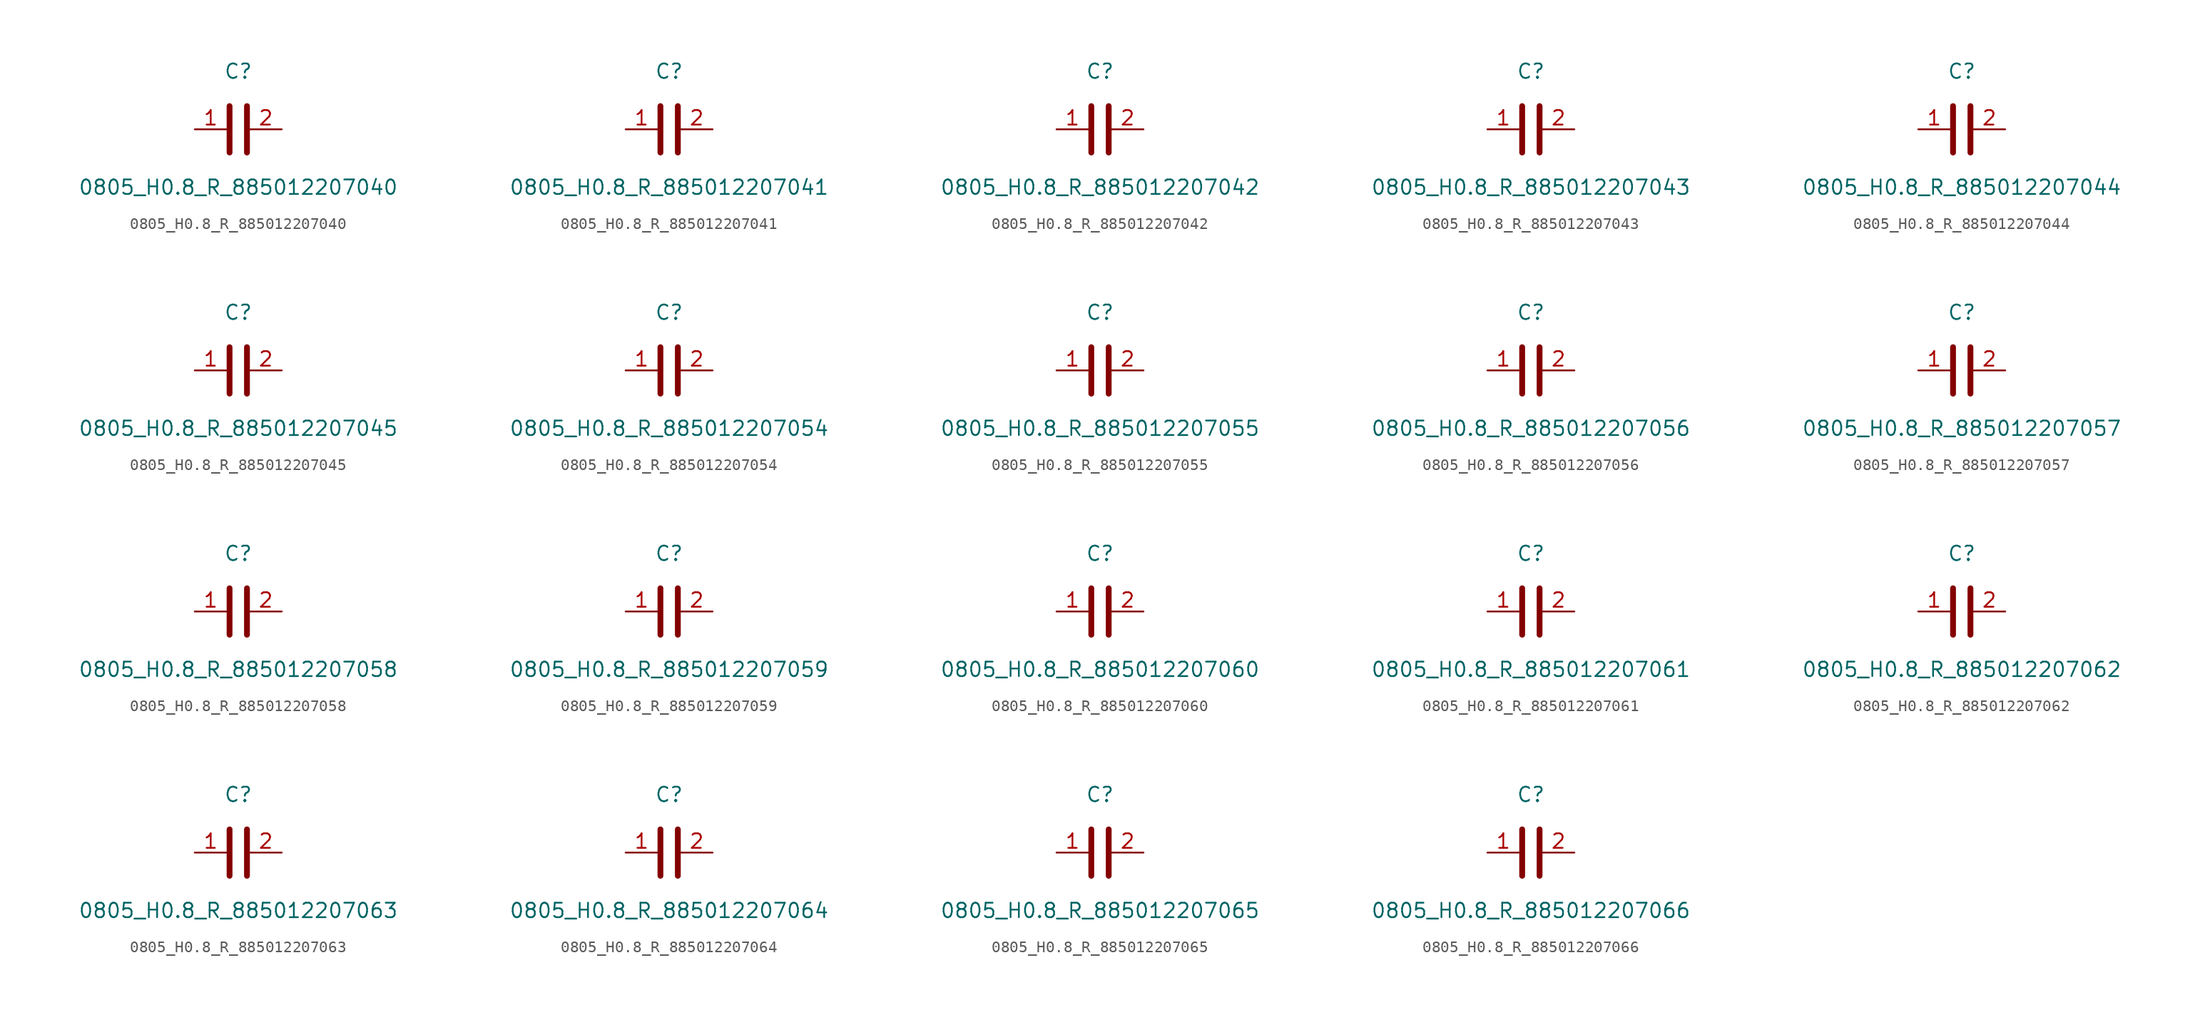
<source format=kicad_sym>
(kicad_symbol_lib
  (version 20220914)
  (generator kicad_symbol_editor)
  (symbol "0805_H0.8_R_885012207040"
    (pin_names hide)
    (property "Reference" "C"
      (at 0 5.08 0)
      (effects (font (size 1.27 1.27))))
    (property "Value" "0805_H0.8_R_885012207040"
      (at 0 -5.08 0)
      (effects (font (size 1.27 1.27))))
    (symbol "0805_H0.8_R_885012207040_0_1"
      (polyline (pts (xy -0.762 -2.032) (xy -0.762 2.032)) (stroke (width 0.508) (type default)) (fill (type none)))
      (polyline (pts (xy 0.762 -2.032) (xy 0.762 2.032)) (stroke (width 0.508) (type default)) (fill (type none))))
    (symbol "0805_H0.8_R_885012207040_1_1"
      (pin passive line (at -3.81 0 0) (length 2.794) (name "1" (effects (font (size 1.27 1.27)))) (number "1" (effects (font (size 1.27 1.27)))))
      (pin passive line (at 3.81 0 180) (length 2.794) (name "2" (effects (font (size 1.27 1.27)))) (number "2" (effects (font (size 1.27 1.27)))))))
  (symbol "0805_H0.8_R_885012207041"
    (pin_names hide)
    (property "Reference" "C"
      (at 0 5.08 0)
      (effects (font (size 1.27 1.27))))
    (property "Value" "0805_H0.8_R_885012207041"
      (at 0 -5.08 0)
      (effects (font (size 1.27 1.27))))
    (symbol "0805_H0.8_R_885012207041_0_1"
      (polyline (pts (xy -0.762 -2.032) (xy -0.762 2.032)) (stroke (width 0.508) (type default)) (fill (type none)))
      (polyline (pts (xy 0.762 -2.032) (xy 0.762 2.032)) (stroke (width 0.508) (type default)) (fill (type none))))
    (symbol "0805_H0.8_R_885012207041_1_1"
      (pin passive line (at -3.81 0 0) (length 2.794) (name "1" (effects (font (size 1.27 1.27)))) (number "1" (effects (font (size 1.27 1.27)))))
      (pin passive line (at 3.81 0 180) (length 2.794) (name "2" (effects (font (size 1.27 1.27)))) (number "2" (effects (font (size 1.27 1.27)))))))
  (symbol "0805_H0.8_R_885012207042"
    (pin_names hide)
    (property "Reference" "C"
      (at 0 5.08 0)
      (effects (font (size 1.27 1.27))))
    (property "Value" "0805_H0.8_R_885012207042"
      (at 0 -5.08 0)
      (effects (font (size 1.27 1.27))))
    (symbol "0805_H0.8_R_885012207042_0_1"
      (polyline (pts (xy -0.762 -2.032) (xy -0.762 2.032)) (stroke (width 0.508) (type default)) (fill (type none)))
      (polyline (pts (xy 0.762 -2.032) (xy 0.762 2.032)) (stroke (width 0.508) (type default)) (fill (type none))))
    (symbol "0805_H0.8_R_885012207042_1_1"
      (pin passive line (at -3.81 0 0) (length 2.794) (name "1" (effects (font (size 1.27 1.27)))) (number "1" (effects (font (size 1.27 1.27)))))
      (pin passive line (at 3.81 0 180) (length 2.794) (name "2" (effects (font (size 1.27 1.27)))) (number "2" (effects (font (size 1.27 1.27)))))))
  (symbol "0805_H0.8_R_885012207043"
    (pin_names hide)
    (property "Reference" "C"
      (at 0 5.08 0)
      (effects (font (size 1.27 1.27))))
    (property "Value" "0805_H0.8_R_885012207043"
      (at 0 -5.08 0)
      (effects (font (size 1.27 1.27))))
    (symbol "0805_H0.8_R_885012207043_0_1"
      (polyline (pts (xy -0.762 -2.032) (xy -0.762 2.032)) (stroke (width 0.508) (type default)) (fill (type none)))
      (polyline (pts (xy 0.762 -2.032) (xy 0.762 2.032)) (stroke (width 0.508) (type default)) (fill (type none))))
    (symbol "0805_H0.8_R_885012207043_1_1"
      (pin passive line (at -3.81 0 0) (length 2.794) (name "1" (effects (font (size 1.27 1.27)))) (number "1" (effects (font (size 1.27 1.27)))))
      (pin passive line (at 3.81 0 180) (length 2.794) (name "2" (effects (font (size 1.27 1.27)))) (number "2" (effects (font (size 1.27 1.27)))))))
  (symbol "0805_H0.8_R_885012207044"
    (pin_names hide)
    (property "Reference" "C"
      (at 0 5.08 0)
      (effects (font (size 1.27 1.27))))
    (property "Value" "0805_H0.8_R_885012207044"
      (at 0 -5.08 0)
      (effects (font (size 1.27 1.27))))
    (symbol "0805_H0.8_R_885012207044_0_1"
      (polyline (pts (xy -0.762 -2.032) (xy -0.762 2.032)) (stroke (width 0.508) (type default)) (fill (type none)))
      (polyline (pts (xy 0.762 -2.032) (xy 0.762 2.032)) (stroke (width 0.508) (type default)) (fill (type none))))
    (symbol "0805_H0.8_R_885012207044_1_1"
      (pin passive line (at -3.81 0 0) (length 2.794) (name "1" (effects (font (size 1.27 1.27)))) (number "1" (effects (font (size 1.27 1.27)))))
      (pin passive line (at 3.81 0 180) (length 2.794) (name "2" (effects (font (size 1.27 1.27)))) (number "2" (effects (font (size 1.27 1.27)))))))
  (symbol "0805_H0.8_R_885012207045"
    (pin_names hide)
    (property "Reference" "C"
      (at 0 5.08 0)
      (effects (font (size 1.27 1.27))))
    (property "Value" "0805_H0.8_R_885012207045"
      (at 0 -5.08 0)
      (effects (font (size 1.27 1.27))))
    (symbol "0805_H0.8_R_885012207045_0_1"
      (polyline (pts (xy -0.762 -2.032) (xy -0.762 2.032)) (stroke (width 0.508) (type default)) (fill (type none)))
      (polyline (pts (xy 0.762 -2.032) (xy 0.762 2.032)) (stroke (width 0.508) (type default)) (fill (type none))))
    (symbol "0805_H0.8_R_885012207045_1_1"
      (pin passive line (at -3.81 0 0) (length 2.794) (name "1" (effects (font (size 1.27 1.27)))) (number "1" (effects (font (size 1.27 1.27)))))
      (pin passive line (at 3.81 0 180) (length 2.794) (name "2" (effects (font (size 1.27 1.27)))) (number "2" (effects (font (size 1.27 1.27)))))))
  (symbol "0805_H0.8_R_885012207054"
    (pin_names hide)
    (property "Reference" "C"
      (at 0 5.08 0)
      (effects (font (size 1.27 1.27))))
    (property "Value" "0805_H0.8_R_885012207054"
      (at 0 -5.08 0)
      (effects (font (size 1.27 1.27))))
    (symbol "0805_H0.8_R_885012207054_0_1"
      (polyline (pts (xy -0.762 -2.032) (xy -0.762 2.032)) (stroke (width 0.508) (type default)) (fill (type none)))
      (polyline (pts (xy 0.762 -2.032) (xy 0.762 2.032)) (stroke (width 0.508) (type default)) (fill (type none))))
    (symbol "0805_H0.8_R_885012207054_1_1"
      (pin passive line (at -3.81 0 0) (length 2.794) (name "1" (effects (font (size 1.27 1.27)))) (number "1" (effects (font (size 1.27 1.27)))))
      (pin passive line (at 3.81 0 180) (length 2.794) (name "2" (effects (font (size 1.27 1.27)))) (number "2" (effects (font (size 1.27 1.27)))))))
  (symbol "0805_H0.8_R_885012207055"
    (pin_names hide)
    (property "Reference" "C"
      (at 0 5.08 0)
      (effects (font (size 1.27 1.27))))
    (property "Value" "0805_H0.8_R_885012207055"
      (at 0 -5.08 0)
      (effects (font (size 1.27 1.27))))
    (symbol "0805_H0.8_R_885012207055_0_1"
      (polyline (pts (xy -0.762 -2.032) (xy -0.762 2.032)) (stroke (width 0.508) (type default)) (fill (type none)))
      (polyline (pts (xy 0.762 -2.032) (xy 0.762 2.032)) (stroke (width 0.508) (type default)) (fill (type none))))
    (symbol "0805_H0.8_R_885012207055_1_1"
      (pin passive line (at -3.81 0 0) (length 2.794) (name "1" (effects (font (size 1.27 1.27)))) (number "1" (effects (font (size 1.27 1.27)))))
      (pin passive line (at 3.81 0 180) (length 2.794) (name "2" (effects (font (size 1.27 1.27)))) (number "2" (effects (font (size 1.27 1.27)))))))
  (symbol "0805_H0.8_R_885012207056"
    (pin_names hide)
    (property "Reference" "C"
      (at 0 5.08 0)
      (effects (font (size 1.27 1.27))))
    (property "Value" "0805_H0.8_R_885012207056"
      (at 0 -5.08 0)
      (effects (font (size 1.27 1.27))))
    (symbol "0805_H0.8_R_885012207056_0_1"
      (polyline (pts (xy -0.762 -2.032) (xy -0.762 2.032)) (stroke (width 0.508) (type default)) (fill (type none)))
      (polyline (pts (xy 0.762 -2.032) (xy 0.762 2.032)) (stroke (width 0.508) (type default)) (fill (type none))))
    (symbol "0805_H0.8_R_885012207056_1_1"
      (pin passive line (at -3.81 0 0) (length 2.794) (name "1" (effects (font (size 1.27 1.27)))) (number "1" (effects (font (size 1.27 1.27)))))
      (pin passive line (at 3.81 0 180) (length 2.794) (name "2" (effects (font (size 1.27 1.27)))) (number "2" (effects (font (size 1.27 1.27)))))))
  (symbol "0805_H0.8_R_885012207057"
    (pin_names hide)
    (property "Reference" "C"
      (at 0 5.08 0)
      (effects (font (size 1.27 1.27))))
    (property "Value" "0805_H0.8_R_885012207057"
      (at 0 -5.08 0)
      (effects (font (size 1.27 1.27))))
    (symbol "0805_H0.8_R_885012207057_0_1"
      (polyline (pts (xy -0.762 -2.032) (xy -0.762 2.032)) (stroke (width 0.508) (type default)) (fill (type none)))
      (polyline (pts (xy 0.762 -2.032) (xy 0.762 2.032)) (stroke (width 0.508) (type default)) (fill (type none))))
    (symbol "0805_H0.8_R_885012207057_1_1"
      (pin passive line (at -3.81 0 0) (length 2.794) (name "1" (effects (font (size 1.27 1.27)))) (number "1" (effects (font (size 1.27 1.27)))))
      (pin passive line (at 3.81 0 180) (length 2.794) (name "2" (effects (font (size 1.27 1.27)))) (number "2" (effects (font (size 1.27 1.27)))))))
  (symbol "0805_H0.8_R_885012207058"
    (pin_names hide)
    (property "Reference" "C"
      (at 0 5.08 0)
      (effects (font (size 1.27 1.27))))
    (property "Value" "0805_H0.8_R_885012207058"
      (at 0 -5.08 0)
      (effects (font (size 1.27 1.27))))
    (symbol "0805_H0.8_R_885012207058_0_1"
      (polyline (pts (xy -0.762 -2.032) (xy -0.762 2.032)) (stroke (width 0.508) (type default)) (fill (type none)))
      (polyline (pts (xy 0.762 -2.032) (xy 0.762 2.032)) (stroke (width 0.508) (type default)) (fill (type none))))
    (symbol "0805_H0.8_R_885012207058_1_1"
      (pin passive line (at -3.81 0 0) (length 2.794) (name "1" (effects (font (size 1.27 1.27)))) (number "1" (effects (font (size 1.27 1.27)))))
      (pin passive line (at 3.81 0 180) (length 2.794) (name "2" (effects (font (size 1.27 1.27)))) (number "2" (effects (font (size 1.27 1.27)))))))
  (symbol "0805_H0.8_R_885012207059"
    (pin_names hide)
    (property "Reference" "C"
      (at 0 5.08 0)
      (effects (font (size 1.27 1.27))))
    (property "Value" "0805_H0.8_R_885012207059"
      (at 0 -5.08 0)
      (effects (font (size 1.27 1.27))))
    (symbol "0805_H0.8_R_885012207059_0_1"
      (polyline (pts (xy -0.762 -2.032) (xy -0.762 2.032)) (stroke (width 0.508) (type default)) (fill (type none)))
      (polyline (pts (xy 0.762 -2.032) (xy 0.762 2.032)) (stroke (width 0.508) (type default)) (fill (type none))))
    (symbol "0805_H0.8_R_885012207059_1_1"
      (pin passive line (at -3.81 0 0) (length 2.794) (name "1" (effects (font (size 1.27 1.27)))) (number "1" (effects (font (size 1.27 1.27)))))
      (pin passive line (at 3.81 0 180) (length 2.794) (name "2" (effects (font (size 1.27 1.27)))) (number "2" (effects (font (size 1.27 1.27)))))))
  (symbol "0805_H0.8_R_885012207060"
    (pin_names hide)
    (property "Reference" "C"
      (at 0 5.08 0)
      (effects (font (size 1.27 1.27))))
    (property "Value" "0805_H0.8_R_885012207060"
      (at 0 -5.08 0)
      (effects (font (size 1.27 1.27))))
    (symbol "0805_H0.8_R_885012207060_0_1"
      (polyline (pts (xy -0.762 -2.032) (xy -0.762 2.032)) (stroke (width 0.508) (type default)) (fill (type none)))
      (polyline (pts (xy 0.762 -2.032) (xy 0.762 2.032)) (stroke (width 0.508) (type default)) (fill (type none))))
    (symbol "0805_H0.8_R_885012207060_1_1"
      (pin passive line (at -3.81 0 0) (length 2.794) (name "1" (effects (font (size 1.27 1.27)))) (number "1" (effects (font (size 1.27 1.27)))))
      (pin passive line (at 3.81 0 180) (length 2.794) (name "2" (effects (font (size 1.27 1.27)))) (number "2" (effects (font (size 1.27 1.27)))))))
  (symbol "0805_H0.8_R_885012207061"
    (pin_names hide)
    (property "Reference" "C"
      (at 0 5.08 0)
      (effects (font (size 1.27 1.27))))
    (property "Value" "0805_H0.8_R_885012207061"
      (at 0 -5.08 0)
      (effects (font (size 1.27 1.27))))
    (symbol "0805_H0.8_R_885012207061_0_1"
      (polyline (pts (xy -0.762 -2.032) (xy -0.762 2.032)) (stroke (width 0.508) (type default)) (fill (type none)))
      (polyline (pts (xy 0.762 -2.032) (xy 0.762 2.032)) (stroke (width 0.508) (type default)) (fill (type none))))
    (symbol "0805_H0.8_R_885012207061_1_1"
      (pin passive line (at -3.81 0 0) (length 2.794) (name "1" (effects (font (size 1.27 1.27)))) (number "1" (effects (font (size 1.27 1.27)))))
      (pin passive line (at 3.81 0 180) (length 2.794) (name "2" (effects (font (size 1.27 1.27)))) (number "2" (effects (font (size 1.27 1.27)))))))
  (symbol "0805_H0.8_R_885012207062"
    (pin_names hide)
    (property "Reference" "C"
      (at 0 5.08 0)
      (effects (font (size 1.27 1.27))))
    (property "Value" "0805_H0.8_R_885012207062"
      (at 0 -5.08 0)
      (effects (font (size 1.27 1.27))))
    (symbol "0805_H0.8_R_885012207062_0_1"
      (polyline (pts (xy -0.762 -2.032) (xy -0.762 2.032)) (stroke (width 0.508) (type default)) (fill (type none)))
      (polyline (pts (xy 0.762 -2.032) (xy 0.762 2.032)) (stroke (width 0.508) (type default)) (fill (type none))))
    (symbol "0805_H0.8_R_885012207062_1_1"
      (pin passive line (at -3.81 0 0) (length 2.794) (name "1" (effects (font (size 1.27 1.27)))) (number "1" (effects (font (size 1.27 1.27)))))
      (pin passive line (at 3.81 0 180) (length 2.794) (name "2" (effects (font (size 1.27 1.27)))) (number "2" (effects (font (size 1.27 1.27)))))))
  (symbol "0805_H0.8_R_885012207063"
    (pin_names hide)
    (property "Reference" "C"
      (at 0 5.08 0)
      (effects (font (size 1.27 1.27))))
    (property "Value" "0805_H0.8_R_885012207063"
      (at 0 -5.08 0)
      (effects (font (size 1.27 1.27))))
    (symbol "0805_H0.8_R_885012207063_0_1"
      (polyline (pts (xy -0.762 -2.032) (xy -0.762 2.032)) (stroke (width 0.508) (type default)) (fill (type none)))
      (polyline (pts (xy 0.762 -2.032) (xy 0.762 2.032)) (stroke (width 0.508) (type default)) (fill (type none))))
    (symbol "0805_H0.8_R_885012207063_1_1"
      (pin passive line (at -3.81 0 0) (length 2.794) (name "1" (effects (font (size 1.27 1.27)))) (number "1" (effects (font (size 1.27 1.27)))))
      (pin passive line (at 3.81 0 180) (length 2.794) (name "2" (effects (font (size 1.27 1.27)))) (number "2" (effects (font (size 1.27 1.27)))))))
  (symbol "0805_H0.8_R_885012207064"
    (pin_names hide)
    (property "Reference" "C"
      (at 0 5.08 0)
      (effects (font (size 1.27 1.27))))
    (property "Value" "0805_H0.8_R_885012207064"
      (at 0 -5.08 0)
      (effects (font (size 1.27 1.27))))
    (symbol "0805_H0.8_R_885012207064_0_1"
      (polyline (pts (xy -0.762 -2.032) (xy -0.762 2.032)) (stroke (width 0.508) (type default)) (fill (type none)))
      (polyline (pts (xy 0.762 -2.032) (xy 0.762 2.032)) (stroke (width 0.508) (type default)) (fill (type none))))
    (symbol "0805_H0.8_R_885012207064_1_1"
      (pin passive line (at -3.81 0 0) (length 2.794) (name "1" (effects (font (size 1.27 1.27)))) (number "1" (effects (font (size 1.27 1.27)))))
      (pin passive line (at 3.81 0 180) (length 2.794) (name "2" (effects (font (size 1.27 1.27)))) (number "2" (effects (font (size 1.27 1.27)))))))
  (symbol "0805_H0.8_R_885012207065"
    (pin_names hide)
    (property "Reference" "C"
      (at 0 5.08 0)
      (effects (font (size 1.27 1.27))))
    (property "Value" "0805_H0.8_R_885012207065"
      (at 0 -5.08 0)
      (effects (font (size 1.27 1.27))))
    (symbol "0805_H0.8_R_885012207065_0_1"
      (polyline (pts (xy -0.762 -2.032) (xy -0.762 2.032)) (stroke (width 0.508) (type default)) (fill (type none)))
      (polyline (pts (xy 0.762 -2.032) (xy 0.762 2.032)) (stroke (width 0.508) (type default)) (fill (type none))))
    (symbol "0805_H0.8_R_885012207065_1_1"
      (pin passive line (at -3.81 0 0) (length 2.794) (name "1" (effects (font (size 1.27 1.27)))) (number "1" (effects (font (size 1.27 1.27)))))
      (pin passive line (at 3.81 0 180) (length 2.794) (name "2" (effects (font (size 1.27 1.27)))) (number "2" (effects (font (size 1.27 1.27)))))))
  (symbol "0805_H0.8_R_885012207066"
    (pin_names hide)
    (property "Reference" "C"
      (at 0 5.08 0)
      (effects (font (size 1.27 1.27))))
    (property "Value" "0805_H0.8_R_885012207066"
      (at 0 -5.08 0)
      (effects (font (size 1.27 1.27))))
    (symbol "0805_H0.8_R_885012207066_0_1"
      (polyline (pts (xy -0.762 -2.032) (xy -0.762 2.032)) (stroke (width 0.508) (type default)) (fill (type none)))
      (polyline (pts (xy 0.762 -2.032) (xy 0.762 2.032)) (stroke (width 0.508) (type default)) (fill (type none))))
    (symbol "0805_H0.8_R_885012207066_1_1"
      (pin passive line (at -3.81 0 0) (length 2.794) (name "1" (effects (font (size 1.27 1.27)))) (number "1" (effects (font (size 1.27 1.27)))))
      (pin passive line (at 3.81 0 180) (length 2.794) (name "2" (effects (font (size 1.27 1.27)))) (number "2" (effects (font (size 1.27 1.27))))))))
</source>
